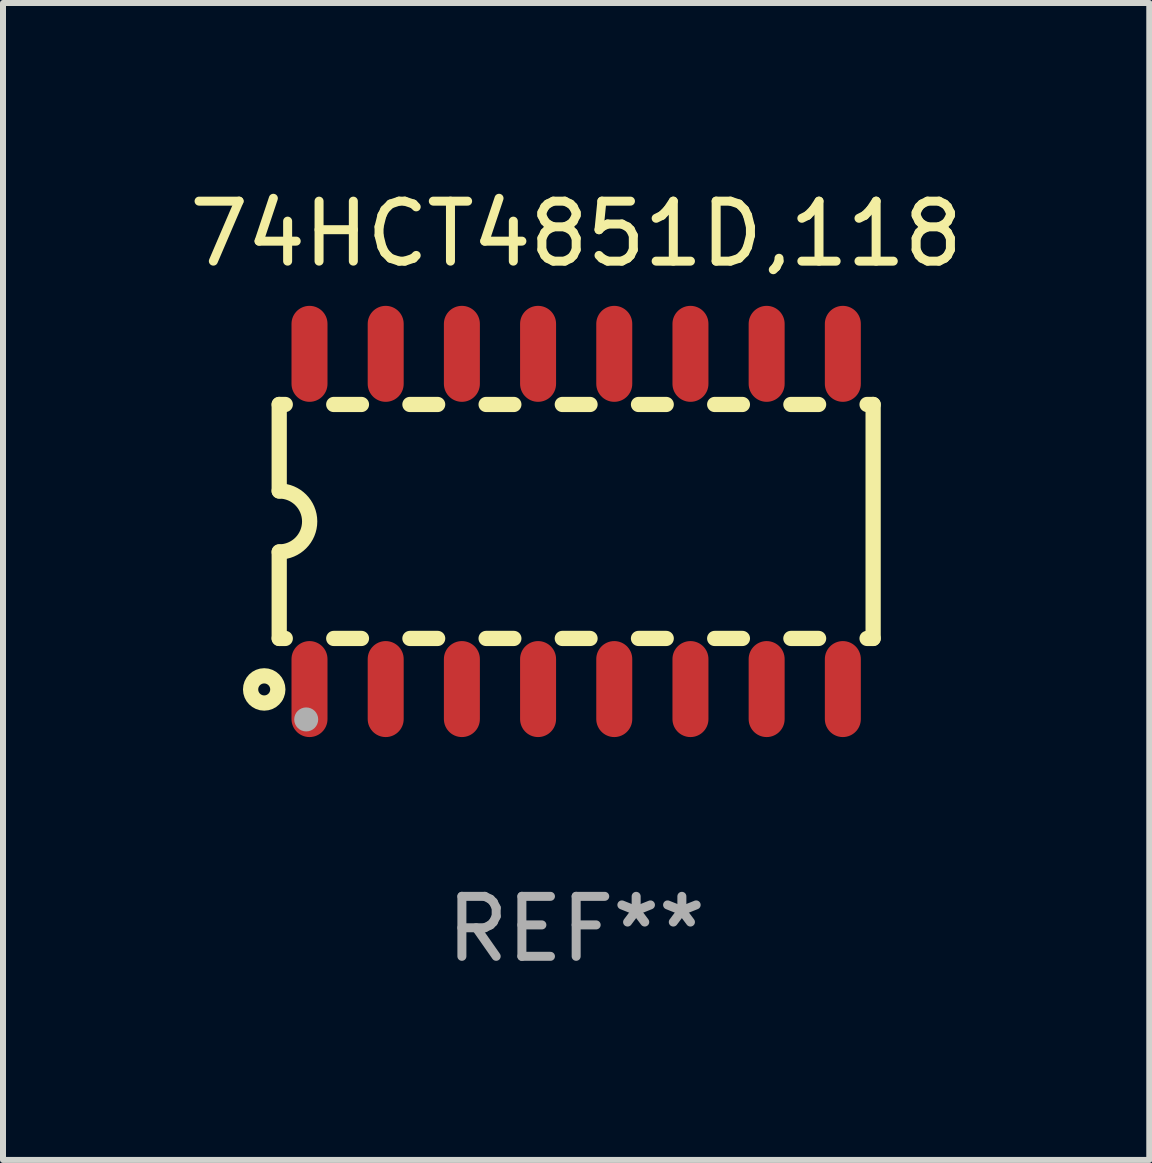
<source format=kicad_pcb>
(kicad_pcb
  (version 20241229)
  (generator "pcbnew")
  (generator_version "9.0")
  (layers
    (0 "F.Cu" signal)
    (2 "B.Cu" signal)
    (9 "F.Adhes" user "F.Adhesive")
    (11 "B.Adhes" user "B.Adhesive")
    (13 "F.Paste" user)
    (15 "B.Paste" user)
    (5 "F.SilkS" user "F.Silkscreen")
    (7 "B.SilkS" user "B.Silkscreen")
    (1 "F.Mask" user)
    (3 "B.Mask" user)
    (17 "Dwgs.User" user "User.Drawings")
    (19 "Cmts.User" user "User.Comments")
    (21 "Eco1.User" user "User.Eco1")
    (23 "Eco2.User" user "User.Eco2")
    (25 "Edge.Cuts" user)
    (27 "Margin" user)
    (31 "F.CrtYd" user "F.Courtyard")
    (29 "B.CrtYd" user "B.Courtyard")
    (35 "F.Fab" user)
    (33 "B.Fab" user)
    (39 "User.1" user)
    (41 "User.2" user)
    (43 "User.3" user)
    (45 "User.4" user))
  (footprint "74HCT4851D,118"
    (layer "F.Cu")
    (at 6.554 5.642)
    (property "Reference" "74HCT4851D,118" (at 0 -4.794 0) (layer "F.SilkS") (effects (font (size 1 1) (thickness 0.15))))
    (attr through_hole)
    (fp_line (start -4.95 -1.95) (end -4.95 -0.508) (stroke (width 0.254) (type solid)) (layer "F.SilkS"))
    (fp_line (start -4.95 -1.95) (end -4.849 -1.95) (stroke (width 0.254) (type solid)) (layer "F.SilkS"))
    (fp_line (start -4.95 1.95) (end -4.95 0.508) (stroke (width 0.254) (type solid)) (layer "F.SilkS"))
    (fp_line (start -4.95 1.95) (end -4.849 1.95) (stroke (width 0.254) (type solid)) (layer "F.SilkS"))
    (fp_line (start -4.041 -1.95) (end -3.579 -1.95) (stroke (width 0.254) (type solid)) (layer "F.SilkS"))
    (fp_line (start -4.041 1.95) (end -3.579 1.95) (stroke (width 0.254) (type solid)) (layer "F.SilkS"))
    (fp_line (start -2.771 -1.95) (end -2.309 -1.95) (stroke (width 0.254) (type solid)) (layer "F.SilkS"))
    (fp_line (start -2.771 1.95) (end -2.309 1.95) (stroke (width 0.254) (type solid)) (layer "F.SilkS"))
    (fp_line (start -1.501 -1.95) (end -1.039 -1.95) (stroke (width 0.254) (type solid)) (layer "F.SilkS"))
    (fp_line (start -1.501 1.95) (end -1.039 1.95) (stroke (width 0.254) (type solid)) (layer "F.SilkS"))
    (fp_line (start -0.231 -1.95) (end 0.231 -1.95) (stroke (width 0.254) (type solid)) (layer "F.SilkS"))
    (fp_line (start -0.231 1.95) (end 0.231 1.95) (stroke (width 0.254) (type solid)) (layer "F.SilkS"))
    (fp_line (start 1.039 -1.95) (end 1.501 -1.95) (stroke (width 0.254) (type solid)) (layer "F.SilkS"))
    (fp_line (start 1.039 1.95) (end 1.501 1.95) (stroke (width 0.254) (type solid)) (layer "F.SilkS"))
    (fp_line (start 2.309 -1.95) (end 2.771 -1.95) (stroke (width 0.254) (type solid)) (layer "F.SilkS"))
    (fp_line (start 2.309 1.95) (end 2.771 1.95) (stroke (width 0.254) (type solid)) (layer "F.SilkS"))
    (fp_line (start 3.579 -1.95) (end 4.041 -1.95) (stroke (width 0.254) (type solid)) (layer "F.SilkS"))
    (fp_line (start 3.579 1.95) (end 4.041 1.95) (stroke (width 0.254) (type solid)) (layer "F.SilkS"))
    (fp_line (start 4.849 -1.95) (end 4.95 -1.95) (stroke (width 0.254) (type solid)) (layer "F.SilkS"))
    (fp_line (start 4.849 1.95) (end 4.95 1.95) (stroke (width 0.254) (type solid)) (layer "F.SilkS"))
    (fp_line (start 4.95 -1.95) (end 4.95 1.95) (stroke (width 0.254) (type solid)) (layer "F.SilkS"))
    (fp_arc (start -4.95047 -0.508001) (mid -4.442469 -0.000228) (end -4.950013 0.508001) (stroke (width 0.254001) (type solid)) (layer "F.SilkS"))
    (fp_circle (center -5.2 2.8) (end -5.1 2.8) (stroke (width 0.254) (type solid)) (fill no) (layer "F.SilkS"))
    (fp_circle (center -4.95 2.947) (end -4.92 2.947) (stroke (width 0.06) (type solid)) (fill no) (layer "F.SilkS"))
    (fp_circle (center -4.5 3.3) (end -4.4 3.3) (stroke (width 0.2) (type solid)) (fill no) (layer "F.Fab"))
    (fp_text user "REF**" (at 0 6.794 0) (layer "F.Fab") (effects (font (size 1 1) (thickness 0.15))))
    (pad "1" smd oval (at -4.445 2.794) (size 0.6 1.6) (layers "F.Cu" "F.Mask" "F.Paste"))
    (pad "2" smd oval (at -3.175 2.794) (size 0.6 1.6) (layers "F.Cu" "F.Mask" "F.Paste"))
    (pad "3" smd oval (at -1.905 2.794) (size 0.6 1.6) (layers "F.Cu" "F.Mask" "F.Paste"))
    (pad "4" smd oval (at -0.635 2.794) (size 0.6 1.6) (layers "F.Cu" "F.Mask" "F.Paste"))
    (pad "5" smd oval (at 0.635 2.794) (size 0.6 1.6) (layers "F.Cu" "F.Mask" "F.Paste"))
    (pad "6" smd oval (at 1.905 2.794) (size 0.6 1.6) (layers "F.Cu" "F.Mask" "F.Paste"))
    (pad "7" smd oval (at 3.175 2.794) (size 0.6 1.6) (layers "F.Cu" "F.Mask" "F.Paste"))
    (pad "8" smd oval (at 4.445 2.794) (size 0.6 1.6) (layers "F.Cu" "F.Mask" "F.Paste"))
    (pad "9" smd oval (at 4.445 -2.794) (size 0.6 1.6) (layers "F.Cu" "F.Mask" "F.Paste"))
    (pad "10" smd oval (at 3.175 -2.794) (size 0.6 1.6) (layers "F.Cu" "F.Mask" "F.Paste"))
    (pad "11" smd oval (at 1.905 -2.794) (size 0.6 1.6) (layers "F.Cu" "F.Mask" "F.Paste"))
    (pad "12" smd oval (at 0.635 -2.794) (size 0.6 1.6) (layers "F.Cu" "F.Mask" "F.Paste"))
    (pad "13" smd oval (at -0.635 -2.794) (size 0.6 1.6) (layers "F.Cu" "F.Mask" "F.Paste"))
    (pad "14" smd oval (at -1.905 -2.794) (size 0.6 1.6) (layers "F.Cu" "F.Mask" "F.Paste"))
    (pad "15" smd oval (at -3.175 -2.794) (size 0.6 1.6) (layers "F.Cu" "F.Mask" "F.Paste"))
    (pad "16" smd oval (at -4.445 -2.794) (size 0.6 1.6) (layers "F.Cu" "F.Mask" "F.Paste")))
  (gr_rect
    (start -3 -3)
    (end 16.107 16.285)
    (stroke (width 0.1) (type default))
    (fill no)
    (layer "Edge.Cuts")))
</source>
